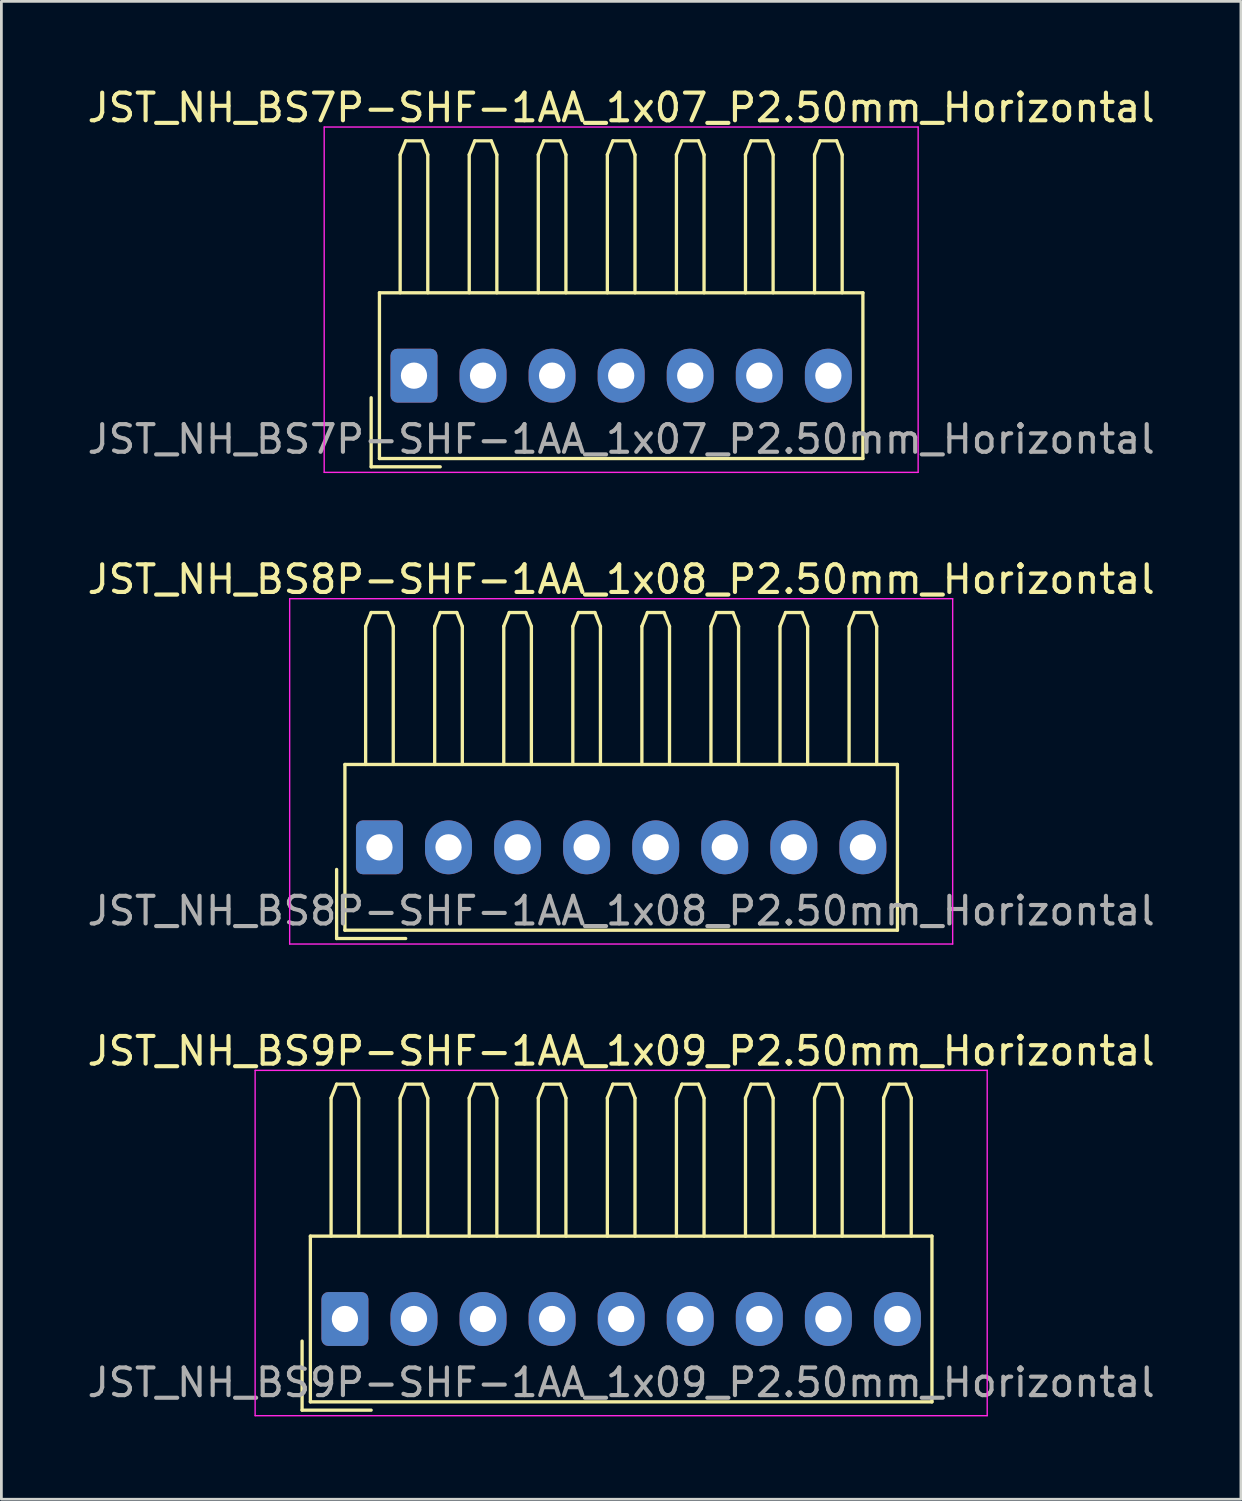
<source format=kicad_pcb>
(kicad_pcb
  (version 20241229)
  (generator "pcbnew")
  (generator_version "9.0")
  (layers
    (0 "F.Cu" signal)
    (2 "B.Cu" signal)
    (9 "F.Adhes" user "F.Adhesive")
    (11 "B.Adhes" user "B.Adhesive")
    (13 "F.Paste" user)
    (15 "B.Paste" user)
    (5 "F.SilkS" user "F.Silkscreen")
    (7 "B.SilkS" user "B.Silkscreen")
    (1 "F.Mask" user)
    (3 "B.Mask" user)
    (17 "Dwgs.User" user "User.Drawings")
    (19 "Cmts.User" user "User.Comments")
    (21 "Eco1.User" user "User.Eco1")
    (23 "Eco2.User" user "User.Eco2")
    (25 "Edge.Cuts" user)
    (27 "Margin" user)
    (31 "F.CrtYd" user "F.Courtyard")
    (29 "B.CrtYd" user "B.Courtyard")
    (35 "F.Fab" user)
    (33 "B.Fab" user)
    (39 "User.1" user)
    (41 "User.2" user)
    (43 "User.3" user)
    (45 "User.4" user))
  (footprint "JST_NH_BS8P-SHF-1AA_1x08_P2.50mm_Horizontal"
    (layer "F.Cu")
    (at 10.685 27.622)
    (property "Reference" "JST_NH_BS8P-SHF-1AA_1x08_P2.50mm_Horizontal" (at 8.75 -9.7 0) (layer "F.SilkS") (effects (font (size 1 1) (thickness 0.15))))
    (attr through_hole)
    (fp_line (start -1.55 0.8) (end -1.55 3.3) (stroke (width 0.12) (type solid)) (layer "F.SilkS"))
    (fp_line (start -1.55 3.3) (end 0.95 3.3) (stroke (width 0.12) (type solid)) (layer "F.SilkS"))
    (fp_line (start -1.25 -3) (end -1.25 3) (stroke (width 0.12) (type solid)) (layer "F.SilkS"))
    (fp_line (start -1.25 3) (end 18.75 3) (stroke (width 0.12) (type solid)) (layer "F.SilkS"))
    (fp_line (start -0.5 -8) (end -0.3 -8.5) (stroke (width 0.12) (type solid)) (layer "F.SilkS"))
    (fp_line (start -0.5 -3) (end -0.5 -8) (stroke (width 0.12) (type solid)) (layer "F.SilkS"))
    (fp_line (start -0.3 -8.5) (end 0.3 -8.5) (stroke (width 0.12) (type solid)) (layer "F.SilkS"))
    (fp_line (start 0.3 -8.5) (end 0.5 -8) (stroke (width 0.12) (type solid)) (layer "F.SilkS"))
    (fp_line (start 0.5 -8) (end 0.5 -3) (stroke (width 0.12) (type solid)) (layer "F.SilkS"))
    (fp_line (start 2 -8) (end 2.2 -8.5) (stroke (width 0.12) (type solid)) (layer "F.SilkS"))
    (fp_line (start 2 -3) (end 2 -8) (stroke (width 0.12) (type solid)) (layer "F.SilkS"))
    (fp_line (start 2.2 -8.5) (end 2.8 -8.5) (stroke (width 0.12) (type solid)) (layer "F.SilkS"))
    (fp_line (start 2.8 -8.5) (end 3 -8) (stroke (width 0.12) (type solid)) (layer "F.SilkS"))
    (fp_line (start 3 -8) (end 3 -3) (stroke (width 0.12) (type solid)) (layer "F.SilkS"))
    (fp_line (start 4.5 -8) (end 4.7 -8.5) (stroke (width 0.12) (type solid)) (layer "F.SilkS"))
    (fp_line (start 4.5 -3) (end 4.5 -8) (stroke (width 0.12) (type solid)) (layer "F.SilkS"))
    (fp_line (start 4.7 -8.5) (end 5.3 -8.5) (stroke (width 0.12) (type solid)) (layer "F.SilkS"))
    (fp_line (start 5.3 -8.5) (end 5.5 -8) (stroke (width 0.12) (type solid)) (layer "F.SilkS"))
    (fp_line (start 5.5 -8) (end 5.5 -3) (stroke (width 0.12) (type solid)) (layer "F.SilkS"))
    (fp_line (start 7 -8) (end 7.2 -8.5) (stroke (width 0.12) (type solid)) (layer "F.SilkS"))
    (fp_line (start 7 -3) (end 7 -8) (stroke (width 0.12) (type solid)) (layer "F.SilkS"))
    (fp_line (start 7.2 -8.5) (end 7.8 -8.5) (stroke (width 0.12) (type solid)) (layer "F.SilkS"))
    (fp_line (start 7.8 -8.5) (end 8 -8) (stroke (width 0.12) (type solid)) (layer "F.SilkS"))
    (fp_line (start 8 -8) (end 8 -3) (stroke (width 0.12) (type solid)) (layer "F.SilkS"))
    (fp_line (start 9.5 -8) (end 9.7 -8.5) (stroke (width 0.12) (type solid)) (layer "F.SilkS"))
    (fp_line (start 9.5 -3) (end 9.5 -8) (stroke (width 0.12) (type solid)) (layer "F.SilkS"))
    (fp_line (start 9.7 -8.5) (end 10.3 -8.5) (stroke (width 0.12) (type solid)) (layer "F.SilkS"))
    (fp_line (start 10.3 -8.5) (end 10.5 -8) (stroke (width 0.12) (type solid)) (layer "F.SilkS"))
    (fp_line (start 10.5 -8) (end 10.5 -3) (stroke (width 0.12) (type solid)) (layer "F.SilkS"))
    (fp_line (start 12 -8) (end 12.2 -8.5) (stroke (width 0.12) (type solid)) (layer "F.SilkS"))
    (fp_line (start 12 -3) (end 12 -8) (stroke (width 0.12) (type solid)) (layer "F.SilkS"))
    (fp_line (start 12.2 -8.5) (end 12.8 -8.5) (stroke (width 0.12) (type solid)) (layer "F.SilkS"))
    (fp_line (start 12.8 -8.5) (end 13 -8) (stroke (width 0.12) (type solid)) (layer "F.SilkS"))
    (fp_line (start 13 -8) (end 13 -3) (stroke (width 0.12) (type solid)) (layer "F.SilkS"))
    (fp_line (start 14.5 -8) (end 14.7 -8.5) (stroke (width 0.12) (type solid)) (layer "F.SilkS"))
    (fp_line (start 14.5 -3) (end 14.5 -8) (stroke (width 0.12) (type solid)) (layer "F.SilkS"))
    (fp_line (start 14.7 -8.5) (end 15.3 -8.5) (stroke (width 0.12) (type solid)) (layer "F.SilkS"))
    (fp_line (start 15.3 -8.5) (end 15.5 -8) (stroke (width 0.12) (type solid)) (layer "F.SilkS"))
    (fp_line (start 15.5 -8) (end 15.5 -3) (stroke (width 0.12) (type solid)) (layer "F.SilkS"))
    (fp_line (start 17 -8) (end 17.2 -8.5) (stroke (width 0.12) (type solid)) (layer "F.SilkS"))
    (fp_line (start 17 -3) (end 17 -8) (stroke (width 0.12) (type solid)) (layer "F.SilkS"))
    (fp_line (start 17.2 -8.5) (end 17.8 -8.5) (stroke (width 0.12) (type solid)) (layer "F.SilkS"))
    (fp_line (start 17.8 -8.5) (end 18 -8) (stroke (width 0.12) (type solid)) (layer "F.SilkS"))
    (fp_line (start 18 -8) (end 18 -3) (stroke (width 0.12) (type solid)) (layer "F.SilkS"))
    (fp_line (start 18.75 -3) (end -1.25 -3) (stroke (width 0.12) (type solid)) (layer "F.SilkS"))
    (fp_line (start 18.75 3) (end 18.75 -3) (stroke (width 0.12) (type solid)) (layer "F.SilkS"))
    (fp_line (start -3.25 -9) (end -3.25 3.5) (stroke (width 0.05) (type solid)) (layer "F.CrtYd"))
    (fp_line (start -3.25 3.5) (end 20.75 3.5) (stroke (width 0.05) (type solid)) (layer "F.CrtYd"))
    (fp_line (start 20.75 -9) (end -3.25 -9) (stroke (width 0.05) (type solid)) (layer "F.CrtYd"))
    (fp_line (start 20.75 3.5) (end 20.75 -9) (stroke (width 0.05) (type solid)) (layer "F.CrtYd"))
    (fp_text user "${REFERENCE}" (at 8.75 2.3 0) (layer "F.Fab") (effects (font (size 1 1) (thickness 0.15))))
    (pad "1" thru_hole roundrect (at 0 0) (size 1.7 1.95) (drill 0.95) (layers "*.Cu" "*.Mask") (roundrect_rratio 0.147))
    (pad "2" thru_hole oval (at 2.5 0) (size 1.7 1.95) (drill 0.95) (layers "*.Cu" "*.Mask"))
    (pad "3" thru_hole oval (at 5 0) (size 1.7 1.95) (drill 0.95) (layers "*.Cu" "*.Mask"))
    (pad "4" thru_hole oval (at 7.5 0) (size 1.7 1.95) (drill 0.95) (layers "*.Cu" "*.Mask"))
    (pad "5" thru_hole oval (at 10 0) (size 1.7 1.95) (drill 0.95) (layers "*.Cu" "*.Mask"))
    (pad "6" thru_hole oval (at 12.5 0) (size 1.7 1.95) (drill 0.95) (layers "*.Cu" "*.Mask"))
    (pad "7" thru_hole oval (at 15 0) (size 1.7 1.95) (drill 0.95) (layers "*.Cu" "*.Mask"))
    (pad "8" thru_hole oval (at 17.5 0) (size 1.7 1.95) (drill 0.95) (layers "*.Cu" "*.Mask")))
  (footprint "JST_NH_BS7P-SHF-1AA_1x07_P2.50mm_Horizontal"
    (layer "F.Cu")
    (at 11.935 10.548)
    (property "Reference" "JST_NH_BS7P-SHF-1AA_1x07_P2.50mm_Horizontal" (at 7.5 -9.7 0) (layer "F.SilkS") (effects (font (size 1 1) (thickness 0.15))))
    (attr through_hole)
    (fp_line (start -1.55 0.8) (end -1.55 3.3) (stroke (width 0.12) (type solid)) (layer "F.SilkS"))
    (fp_line (start -1.55 3.3) (end 0.95 3.3) (stroke (width 0.12) (type solid)) (layer "F.SilkS"))
    (fp_line (start -1.25 -3) (end -1.25 3) (stroke (width 0.12) (type solid)) (layer "F.SilkS"))
    (fp_line (start -1.25 3) (end 16.25 3) (stroke (width 0.12) (type solid)) (layer "F.SilkS"))
    (fp_line (start -0.5 -8) (end -0.3 -8.5) (stroke (width 0.12) (type solid)) (layer "F.SilkS"))
    (fp_line (start -0.5 -3) (end -0.5 -8) (stroke (width 0.12) (type solid)) (layer "F.SilkS"))
    (fp_line (start -0.3 -8.5) (end 0.3 -8.5) (stroke (width 0.12) (type solid)) (layer "F.SilkS"))
    (fp_line (start 0.3 -8.5) (end 0.5 -8) (stroke (width 0.12) (type solid)) (layer "F.SilkS"))
    (fp_line (start 0.5 -8) (end 0.5 -3) (stroke (width 0.12) (type solid)) (layer "F.SilkS"))
    (fp_line (start 2 -8) (end 2.2 -8.5) (stroke (width 0.12) (type solid)) (layer "F.SilkS"))
    (fp_line (start 2 -3) (end 2 -8) (stroke (width 0.12) (type solid)) (layer "F.SilkS"))
    (fp_line (start 2.2 -8.5) (end 2.8 -8.5) (stroke (width 0.12) (type solid)) (layer "F.SilkS"))
    (fp_line (start 2.8 -8.5) (end 3 -8) (stroke (width 0.12) (type solid)) (layer "F.SilkS"))
    (fp_line (start 3 -8) (end 3 -3) (stroke (width 0.12) (type solid)) (layer "F.SilkS"))
    (fp_line (start 4.5 -8) (end 4.7 -8.5) (stroke (width 0.12) (type solid)) (layer "F.SilkS"))
    (fp_line (start 4.5 -3) (end 4.5 -8) (stroke (width 0.12) (type solid)) (layer "F.SilkS"))
    (fp_line (start 4.7 -8.5) (end 5.3 -8.5) (stroke (width 0.12) (type solid)) (layer "F.SilkS"))
    (fp_line (start 5.3 -8.5) (end 5.5 -8) (stroke (width 0.12) (type solid)) (layer "F.SilkS"))
    (fp_line (start 5.5 -8) (end 5.5 -3) (stroke (width 0.12) (type solid)) (layer "F.SilkS"))
    (fp_line (start 7 -8) (end 7.2 -8.5) (stroke (width 0.12) (type solid)) (layer "F.SilkS"))
    (fp_line (start 7 -3) (end 7 -8) (stroke (width 0.12) (type solid)) (layer "F.SilkS"))
    (fp_line (start 7.2 -8.5) (end 7.8 -8.5) (stroke (width 0.12) (type solid)) (layer "F.SilkS"))
    (fp_line (start 7.8 -8.5) (end 8 -8) (stroke (width 0.12) (type solid)) (layer "F.SilkS"))
    (fp_line (start 8 -8) (end 8 -3) (stroke (width 0.12) (type solid)) (layer "F.SilkS"))
    (fp_line (start 9.5 -8) (end 9.7 -8.5) (stroke (width 0.12) (type solid)) (layer "F.SilkS"))
    (fp_line (start 9.5 -3) (end 9.5 -8) (stroke (width 0.12) (type solid)) (layer "F.SilkS"))
    (fp_line (start 9.7 -8.5) (end 10.3 -8.5) (stroke (width 0.12) (type solid)) (layer "F.SilkS"))
    (fp_line (start 10.3 -8.5) (end 10.5 -8) (stroke (width 0.12) (type solid)) (layer "F.SilkS"))
    (fp_line (start 10.5 -8) (end 10.5 -3) (stroke (width 0.12) (type solid)) (layer "F.SilkS"))
    (fp_line (start 12 -8) (end 12.2 -8.5) (stroke (width 0.12) (type solid)) (layer "F.SilkS"))
    (fp_line (start 12 -3) (end 12 -8) (stroke (width 0.12) (type solid)) (layer "F.SilkS"))
    (fp_line (start 12.2 -8.5) (end 12.8 -8.5) (stroke (width 0.12) (type solid)) (layer "F.SilkS"))
    (fp_line (start 12.8 -8.5) (end 13 -8) (stroke (width 0.12) (type solid)) (layer "F.SilkS"))
    (fp_line (start 13 -8) (end 13 -3) (stroke (width 0.12) (type solid)) (layer "F.SilkS"))
    (fp_line (start 14.5 -8) (end 14.7 -8.5) (stroke (width 0.12) (type solid)) (layer "F.SilkS"))
    (fp_line (start 14.5 -3) (end 14.5 -8) (stroke (width 0.12) (type solid)) (layer "F.SilkS"))
    (fp_line (start 14.7 -8.5) (end 15.3 -8.5) (stroke (width 0.12) (type solid)) (layer "F.SilkS"))
    (fp_line (start 15.3 -8.5) (end 15.5 -8) (stroke (width 0.12) (type solid)) (layer "F.SilkS"))
    (fp_line (start 15.5 -8) (end 15.5 -3) (stroke (width 0.12) (type solid)) (layer "F.SilkS"))
    (fp_line (start 16.25 -3) (end -1.25 -3) (stroke (width 0.12) (type solid)) (layer "F.SilkS"))
    (fp_line (start 16.25 3) (end 16.25 -3) (stroke (width 0.12) (type solid)) (layer "F.SilkS"))
    (fp_line (start -3.25 -9) (end -3.25 3.5) (stroke (width 0.05) (type solid)) (layer "F.CrtYd"))
    (fp_line (start -3.25 3.5) (end 18.25 3.5) (stroke (width 0.05) (type solid)) (layer "F.CrtYd"))
    (fp_line (start 18.25 -9) (end -3.25 -9) (stroke (width 0.05) (type solid)) (layer "F.CrtYd"))
    (fp_line (start 18.25 3.5) (end 18.25 -9) (stroke (width 0.05) (type solid)) (layer "F.CrtYd"))
    (fp_text user "${REFERENCE}" (at 7.5 2.3 0) (layer "F.Fab") (effects (font (size 1 1) (thickness 0.15))))
    (pad "1" thru_hole roundrect (at 0 0) (size 1.7 1.95) (drill 0.95) (layers "*.Cu" "*.Mask") (roundrect_rratio 0.147))
    (pad "2" thru_hole oval (at 2.5 0) (size 1.7 1.95) (drill 0.95) (layers "*.Cu" "*.Mask"))
    (pad "3" thru_hole oval (at 5 0) (size 1.7 1.95) (drill 0.95) (layers "*.Cu" "*.Mask"))
    (pad "4" thru_hole oval (at 7.5 0) (size 1.7 1.95) (drill 0.95) (layers "*.Cu" "*.Mask"))
    (pad "5" thru_hole oval (at 10 0) (size 1.7 1.95) (drill 0.95) (layers "*.Cu" "*.Mask"))
    (pad "6" thru_hole oval (at 12.5 0) (size 1.7 1.95) (drill 0.95) (layers "*.Cu" "*.Mask"))
    (pad "7" thru_hole oval (at 15 0) (size 1.7 1.95) (drill 0.95) (layers "*.Cu" "*.Mask")))
  (footprint "JST_NH_BS9P-SHF-1AA_1x09_P2.50mm_Horizontal"
    (layer "F.Cu")
    (at 9.435 44.695)
    (property "Reference" "JST_NH_BS9P-SHF-1AA_1x09_P2.50mm_Horizontal" (at 10 -9.7 0) (layer "F.SilkS") (effects (font (size 1 1) (thickness 0.15))))
    (attr through_hole)
    (fp_line (start -1.55 0.8) (end -1.55 3.3) (stroke (width 0.12) (type solid)) (layer "F.SilkS"))
    (fp_line (start -1.55 3.3) (end 0.95 3.3) (stroke (width 0.12) (type solid)) (layer "F.SilkS"))
    (fp_line (start -1.25 -3) (end -1.25 3) (stroke (width 0.12) (type solid)) (layer "F.SilkS"))
    (fp_line (start -1.25 3) (end 21.25 3) (stroke (width 0.12) (type solid)) (layer "F.SilkS"))
    (fp_line (start -0.5 -8) (end -0.3 -8.5) (stroke (width 0.12) (type solid)) (layer "F.SilkS"))
    (fp_line (start -0.5 -3) (end -0.5 -8) (stroke (width 0.12) (type solid)) (layer "F.SilkS"))
    (fp_line (start -0.3 -8.5) (end 0.3 -8.5) (stroke (width 0.12) (type solid)) (layer "F.SilkS"))
    (fp_line (start 0.3 -8.5) (end 0.5 -8) (stroke (width 0.12) (type solid)) (layer "F.SilkS"))
    (fp_line (start 0.5 -8) (end 0.5 -3) (stroke (width 0.12) (type solid)) (layer "F.SilkS"))
    (fp_line (start 2 -8) (end 2.2 -8.5) (stroke (width 0.12) (type solid)) (layer "F.SilkS"))
    (fp_line (start 2 -3) (end 2 -8) (stroke (width 0.12) (type solid)) (layer "F.SilkS"))
    (fp_line (start 2.2 -8.5) (end 2.8 -8.5) (stroke (width 0.12) (type solid)) (layer "F.SilkS"))
    (fp_line (start 2.8 -8.5) (end 3 -8) (stroke (width 0.12) (type solid)) (layer "F.SilkS"))
    (fp_line (start 3 -8) (end 3 -3) (stroke (width 0.12) (type solid)) (layer "F.SilkS"))
    (fp_line (start 4.5 -8) (end 4.7 -8.5) (stroke (width 0.12) (type solid)) (layer "F.SilkS"))
    (fp_line (start 4.5 -3) (end 4.5 -8) (stroke (width 0.12) (type solid)) (layer "F.SilkS"))
    (fp_line (start 4.7 -8.5) (end 5.3 -8.5) (stroke (width 0.12) (type solid)) (layer "F.SilkS"))
    (fp_line (start 5.3 -8.5) (end 5.5 -8) (stroke (width 0.12) (type solid)) (layer "F.SilkS"))
    (fp_line (start 5.5 -8) (end 5.5 -3) (stroke (width 0.12) (type solid)) (layer "F.SilkS"))
    (fp_line (start 7 -8) (end 7.2 -8.5) (stroke (width 0.12) (type solid)) (layer "F.SilkS"))
    (fp_line (start 7 -3) (end 7 -8) (stroke (width 0.12) (type solid)) (layer "F.SilkS"))
    (fp_line (start 7.2 -8.5) (end 7.8 -8.5) (stroke (width 0.12) (type solid)) (layer "F.SilkS"))
    (fp_line (start 7.8 -8.5) (end 8 -8) (stroke (width 0.12) (type solid)) (layer "F.SilkS"))
    (fp_line (start 8 -8) (end 8 -3) (stroke (width 0.12) (type solid)) (layer "F.SilkS"))
    (fp_line (start 9.5 -8) (end 9.7 -8.5) (stroke (width 0.12) (type solid)) (layer "F.SilkS"))
    (fp_line (start 9.5 -3) (end 9.5 -8) (stroke (width 0.12) (type solid)) (layer "F.SilkS"))
    (fp_line (start 9.7 -8.5) (end 10.3 -8.5) (stroke (width 0.12) (type solid)) (layer "F.SilkS"))
    (fp_line (start 10.3 -8.5) (end 10.5 -8) (stroke (width 0.12) (type solid)) (layer "F.SilkS"))
    (fp_line (start 10.5 -8) (end 10.5 -3) (stroke (width 0.12) (type solid)) (layer "F.SilkS"))
    (fp_line (start 12 -8) (end 12.2 -8.5) (stroke (width 0.12) (type solid)) (layer "F.SilkS"))
    (fp_line (start 12 -3) (end 12 -8) (stroke (width 0.12) (type solid)) (layer "F.SilkS"))
    (fp_line (start 12.2 -8.5) (end 12.8 -8.5) (stroke (width 0.12) (type solid)) (layer "F.SilkS"))
    (fp_line (start 12.8 -8.5) (end 13 -8) (stroke (width 0.12) (type solid)) (layer "F.SilkS"))
    (fp_line (start 13 -8) (end 13 -3) (stroke (width 0.12) (type solid)) (layer "F.SilkS"))
    (fp_line (start 14.5 -8) (end 14.7 -8.5) (stroke (width 0.12) (type solid)) (layer "F.SilkS"))
    (fp_line (start 14.5 -3) (end 14.5 -8) (stroke (width 0.12) (type solid)) (layer "F.SilkS"))
    (fp_line (start 14.7 -8.5) (end 15.3 -8.5) (stroke (width 0.12) (type solid)) (layer "F.SilkS"))
    (fp_line (start 15.3 -8.5) (end 15.5 -8) (stroke (width 0.12) (type solid)) (layer "F.SilkS"))
    (fp_line (start 15.5 -8) (end 15.5 -3) (stroke (width 0.12) (type solid)) (layer "F.SilkS"))
    (fp_line (start 17 -8) (end 17.2 -8.5) (stroke (width 0.12) (type solid)) (layer "F.SilkS"))
    (fp_line (start 17 -3) (end 17 -8) (stroke (width 0.12) (type solid)) (layer "F.SilkS"))
    (fp_line (start 17.2 -8.5) (end 17.8 -8.5) (stroke (width 0.12) (type solid)) (layer "F.SilkS"))
    (fp_line (start 17.8 -8.5) (end 18 -8) (stroke (width 0.12) (type solid)) (layer "F.SilkS"))
    (fp_line (start 18 -8) (end 18 -3) (stroke (width 0.12) (type solid)) (layer "F.SilkS"))
    (fp_line (start 19.5 -8) (end 19.7 -8.5) (stroke (width 0.12) (type solid)) (layer "F.SilkS"))
    (fp_line (start 19.5 -3) (end 19.5 -8) (stroke (width 0.12) (type solid)) (layer "F.SilkS"))
    (fp_line (start 19.7 -8.5) (end 20.3 -8.5) (stroke (width 0.12) (type solid)) (layer "F.SilkS"))
    (fp_line (start 20.3 -8.5) (end 20.5 -8) (stroke (width 0.12) (type solid)) (layer "F.SilkS"))
    (fp_line (start 20.5 -8) (end 20.5 -3) (stroke (width 0.12) (type solid)) (layer "F.SilkS"))
    (fp_line (start 21.25 -3) (end -1.25 -3) (stroke (width 0.12) (type solid)) (layer "F.SilkS"))
    (fp_line (start 21.25 3) (end 21.25 -3) (stroke (width 0.12) (type solid)) (layer "F.SilkS"))
    (fp_line (start -3.25 -9) (end -3.25 3.5) (stroke (width 0.05) (type solid)) (layer "F.CrtYd"))
    (fp_line (start -3.25 3.5) (end 23.25 3.5) (stroke (width 0.05) (type solid)) (layer "F.CrtYd"))
    (fp_line (start 23.25 -9) (end -3.25 -9) (stroke (width 0.05) (type solid)) (layer "F.CrtYd"))
    (fp_line (start 23.25 3.5) (end 23.25 -9) (stroke (width 0.05) (type solid)) (layer "F.CrtYd"))
    (fp_text user "${REFERENCE}" (at 10 2.3 0) (layer "F.Fab") (effects (font (size 1 1) (thickness 0.15))))
    (pad "1" thru_hole roundrect (at 0 0) (size 1.7 1.95) (drill 0.95) (layers "*.Cu" "*.Mask") (roundrect_rratio 0.147))
    (pad "2" thru_hole oval (at 2.5 0) (size 1.7 1.95) (drill 0.95) (layers "*.Cu" "*.Mask"))
    (pad "3" thru_hole oval (at 5 0) (size 1.7 1.95) (drill 0.95) (layers "*.Cu" "*.Mask"))
    (pad "4" thru_hole oval (at 7.5 0) (size 1.7 1.95) (drill 0.95) (layers "*.Cu" "*.Mask"))
    (pad "5" thru_hole oval (at 10 0) (size 1.7 1.95) (drill 0.95) (layers "*.Cu" "*.Mask"))
    (pad "6" thru_hole oval (at 12.5 0) (size 1.7 1.95) (drill 0.95) (layers "*.Cu" "*.Mask"))
    (pad "7" thru_hole oval (at 15 0) (size 1.7 1.95) (drill 0.95) (layers "*.Cu" "*.Mask"))
    (pad "8" thru_hole oval (at 17.5 0) (size 1.7 1.95) (drill 0.95) (layers "*.Cu" "*.Mask"))
    (pad "9" thru_hole oval (at 20 0) (size 1.7 1.95) (drill 0.95) (layers "*.Cu" "*.Mask")))
  (gr_rect
    (start -3 -3)
    (end 41.869 51.22)
    (stroke (width 0.1) (type default))
    (fill no)
    (layer "Edge.Cuts")))
</source>
